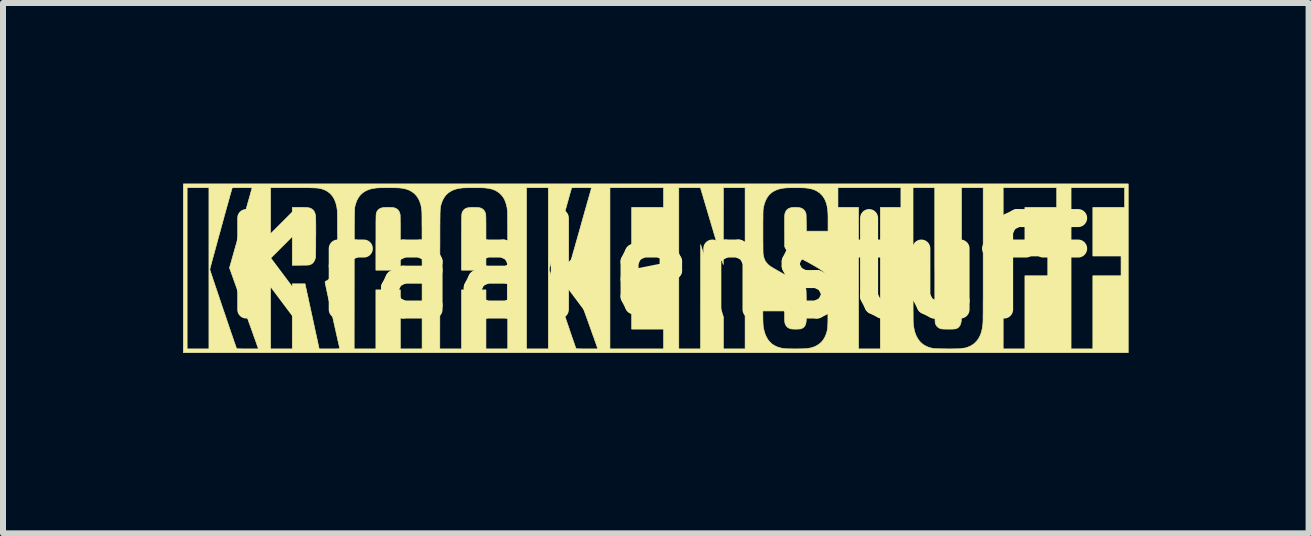
<source format=kicad_pcb>
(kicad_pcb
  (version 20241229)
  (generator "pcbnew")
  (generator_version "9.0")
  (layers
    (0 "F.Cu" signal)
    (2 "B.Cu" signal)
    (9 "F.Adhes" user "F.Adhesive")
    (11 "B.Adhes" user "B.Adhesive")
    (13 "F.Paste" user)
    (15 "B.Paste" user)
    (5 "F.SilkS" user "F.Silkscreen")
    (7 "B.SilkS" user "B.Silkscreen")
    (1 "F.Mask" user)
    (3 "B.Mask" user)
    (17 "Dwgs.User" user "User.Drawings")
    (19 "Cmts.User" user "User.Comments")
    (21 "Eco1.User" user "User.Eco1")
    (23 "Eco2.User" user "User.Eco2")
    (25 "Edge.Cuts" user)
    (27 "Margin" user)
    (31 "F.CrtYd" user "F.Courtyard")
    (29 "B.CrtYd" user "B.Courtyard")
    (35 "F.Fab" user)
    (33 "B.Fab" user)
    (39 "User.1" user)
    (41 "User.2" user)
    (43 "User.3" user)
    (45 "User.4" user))
  (footprint "Kraakenstuff"
    (layer "F.Cu")
    (at 7.875 1.418)
    (property "Reference" "Kraakenstuff" (at 0 0 0) (layer "F.SilkS") (effects (font (size 1.524 1.524) (thickness 0.3))))
    (attr through_hole)
    (fp_poly (pts (xy -4.438 -1.011) (xy -4.412 -1.011) (xy -4.393 -1.01) (xy -4.377 -1.009) (xy -4.365 -1.007) (xy -4.355 -1.005) (xy -4.345 -1.002) (xy -4.343 -1.001) (xy -4.315 -0.988) (xy -4.293 -0.97) (xy -4.276 -0.946) (xy -4.264 -0.917) (xy -4.259 -0.896) (xy -4.258 -0.889) (xy -4.257 -0.877) (xy -4.257 -0.86) (xy -4.256 -0.837) (xy -4.256 -0.809) (xy -4.256 -0.775) (xy -4.255 -0.734) (xy -4.255 -0.687) (xy -4.255 -0.633) (xy -4.255 -0.573) (xy -4.255 -0.506) (xy -4.255 -0.431) (xy -4.255 0.034) (xy -4.662 0.034) (xy -4.662 -0.427) (xy -4.661 -0.497) (xy -4.661 -0.559) (xy -4.661 -0.615) (xy -4.661 -0.665) (xy -4.661 -0.709) (xy -4.661 -0.748) (xy -4.661 -0.781) (xy -4.66 -0.81) (xy -4.66 -0.835) (xy -4.659 -0.856) (xy -4.659 -0.873) (xy -4.658 -0.888) (xy -4.657 -0.899) (xy -4.655 -0.909) (xy -4.654 -0.917) (xy -4.652 -0.924) (xy -4.651 -0.929) (xy -4.648 -0.934) (xy -4.646 -0.939) (xy -4.644 -0.944) (xy -4.629 -0.965) (xy -4.609 -0.984) (xy -4.588 -0.996) (xy -4.571 -1.002) (xy -4.55 -1.007) (xy -4.525 -1.01) (xy -4.494 -1.012) (xy -4.458 -1.012) (xy -4.438 -1.011)) (stroke (width 0.01) (type solid)) (fill yes) (layer "F.SilkS"))
    (fp_poly (pts (xy -3.011 -1.011) (xy -2.986 -1.011) (xy -2.966 -1.01) (xy -2.95 -1.009) (xy -2.938 -1.007) (xy -2.928 -1.005) (xy -2.918 -1.002) (xy -2.916 -1.001) (xy -2.888 -0.988) (xy -2.866 -0.97) (xy -2.849 -0.946) (xy -2.837 -0.917) (xy -2.832 -0.896) (xy -2.831 -0.889) (xy -2.831 -0.877) (xy -2.83 -0.86) (xy -2.829 -0.837) (xy -2.829 -0.809) (xy -2.829 -0.775) (xy -2.828 -0.734) (xy -2.828 -0.687) (xy -2.828 -0.633) (xy -2.828 -0.573) (xy -2.828 -0.506) (xy -2.828 -0.431) (xy -2.828 -0.419) (xy -2.828 0.034) (xy -3.235 0.034) (xy -3.235 -0.427) (xy -3.235 -0.497) (xy -3.235 -0.559) (xy -3.235 -0.615) (xy -3.234 -0.665) (xy -3.234 -0.709) (xy -3.234 -0.748) (xy -3.234 -0.781) (xy -3.233 -0.81) (xy -3.233 -0.835) (xy -3.232 -0.856) (xy -3.232 -0.873) (xy -3.231 -0.888) (xy -3.23 -0.899) (xy -3.228 -0.909) (xy -3.227 -0.917) (xy -3.225 -0.924) (xy -3.224 -0.929) (xy -3.222 -0.934) (xy -3.219 -0.939) (xy -3.217 -0.944) (xy -3.202 -0.965) (xy -3.182 -0.984) (xy -3.162 -0.996) (xy -3.144 -1.002) (xy -3.123 -1.007) (xy -3.098 -1.01) (xy -3.067 -1.012) (xy -3.031 -1.012) (xy -3.011 -1.011)) (stroke (width 0.01) (type solid)) (fill yes) (layer "F.SilkS"))
    (fp_poly (pts (xy -5.934 -1.012) (xy -5.895 -1.012) (xy -5.862 -1.012) (xy -5.836 -1.011) (xy -5.813 -1.01) (xy -5.795 -1.008) (xy -5.781 -1.006) (xy -5.768 -1.003) (xy -5.757 -1) (xy -5.746 -0.995) (xy -5.742 -0.993) (xy -5.721 -0.981) (xy -5.705 -0.965) (xy -5.69 -0.944) (xy -5.684 -0.931) (xy -5.681 -0.923) (xy -5.677 -0.915) (xy -5.675 -0.907) (xy -5.672 -0.898) (xy -5.67 -0.888) (xy -5.668 -0.876) (xy -5.667 -0.862) (xy -5.666 -0.845) (xy -5.665 -0.824) (xy -5.664 -0.8) (xy -5.664 -0.772) (xy -5.663 -0.739) (xy -5.663 -0.701) (xy -5.663 -0.657) (xy -5.663 -0.607) (xy -5.663 -0.55) (xy -5.664 -0.51) (xy -5.664 -0.453) (xy -5.664 -0.403) (xy -5.664 -0.359) (xy -5.665 -0.321) (xy -5.665 -0.289) (xy -5.665 -0.262) (xy -5.666 -0.239) (xy -5.666 -0.22) (xy -5.667 -0.205) (xy -5.667 -0.193) (xy -5.668 -0.183) (xy -5.669 -0.176) (xy -5.67 -0.17) (xy -5.671 -0.165) (xy -5.671 -0.162) (xy -5.684 -0.129) (xy -5.7 -0.101) (xy -5.721 -0.079) (xy -5.746 -0.063) (xy -5.755 -0.059) (xy -5.761 -0.057) (xy -5.767 -0.055) (xy -5.773 -0.054) (xy -5.781 -0.052) (xy -5.791 -0.052) (xy -5.804 -0.051) (xy -5.822 -0.05) (xy -5.844 -0.05) (xy -5.872 -0.05) (xy -5.906 -0.049) (xy -5.916 -0.049) (xy -6.055 -0.048) (xy -6.055 -1.012) (xy -5.934 -1.012)) (stroke (width 0.01) (type solid)) (fill yes) (layer "F.SilkS"))
    (fp_poly (pts (xy 7.874 1.408) (xy -7.87 1.408) (xy -7.87 -1.341) (xy -7.807 -1.341) (xy -7.807 1.345) (xy -7.444 1.345) (xy -7.444 0.021) (xy -7.429 0.021) (xy -7.428 0.025) (xy -7.425 0.036) (xy -7.419 0.054) (xy -7.412 0.077) (xy -7.402 0.105) (xy -7.391 0.138) (xy -7.379 0.176) (xy -7.365 0.218) (xy -7.349 0.264) (xy -7.333 0.312) (xy -7.315 0.364) (xy -7.297 0.418) (xy -7.278 0.474) (xy -7.259 0.532) (xy -7.239 0.591) (xy -7.219 0.65) (xy -7.199 0.71) (xy -7.178 0.769) (xy -7.158 0.829) (xy -7.139 0.887) (xy -7.119 0.943) (xy -7.101 0.998) (xy -7.083 1.051) (xy -7.066 1.1) (xy -7.05 1.147) (xy -7.035 1.19) (xy -7.022 1.23) (xy -7.009 1.265) (xy -6.999 1.295) (xy -6.99 1.32) (xy -6.984 1.339) (xy -6.983 1.34) (xy -6.981 1.341) (xy -6.976 1.342) (xy -6.967 1.343) (xy -6.953 1.343) (xy -6.935 1.344) (xy -6.911 1.344) (xy -6.881 1.345) (xy -6.845 1.345) (xy -6.802 1.345) (xy -6.619 1.345) (xy -6.417 1.345) (xy -6.055 1.345) (xy -6.055 0.261) (xy -5.842 0.261) (xy -5.84 0.27) (xy -5.839 0.274) (xy -5.837 0.286) (xy -5.833 0.304) (xy -5.828 0.328) (xy -5.821 0.357) (xy -5.814 0.392) (xy -5.805 0.432) (xy -5.795 0.476) (xy -5.785 0.524) (xy -5.774 0.576) (xy -5.762 0.63) (xy -5.749 0.688) (xy -5.737 0.747) (xy -5.724 0.803) (xy -5.711 0.865) (xy -5.698 0.924) (xy -5.686 0.981) (xy -5.674 1.036) (xy -5.663 1.087) (xy -5.652 1.135) (xy -5.643 1.178) (xy -5.634 1.217) (xy -5.627 1.252) (xy -5.621 1.281) (xy -5.616 1.304) (xy -5.612 1.322) (xy -5.609 1.332) (xy -5.609 1.336) (xy -5.607 1.345) (xy -5.435 1.345) (xy -5.024 1.345) (xy -4.662 1.345) (xy -4.662 0.362) (xy -4.255 0.362) (xy -4.255 1.345) (xy -3.892 1.345) (xy -3.597 1.345) (xy -3.235 1.345) (xy -3.235 0.362) (xy -2.828 0.362) (xy -2.828 1.345) (xy -2.465 1.345) (xy -2.465 0.221) (xy -2.465 0.094) (xy -2.465 -0.025) (xy -2.465 -0.138) (xy -2.466 -0.243) (xy -2.466 -0.341) (xy -2.466 -0.432) (xy -2.466 -0.515) (xy -2.466 -0.592) (xy -2.466 -0.661) (xy -2.467 -0.722) (xy -2.467 -0.776) (xy -2.467 -0.823) (xy -2.468 -0.863) (xy -2.468 -0.895) (xy -2.468 -0.919) (xy -2.469 -0.937) (xy -2.469 -0.946) (xy -2.469 -0.947) (xy -2.476 -1.006) (xy -2.488 -1.06) (xy -2.503 -1.107) (xy -2.522 -1.15) (xy -2.546 -1.189) (xy -2.572 -1.221) (xy -2.605 -1.253) (xy -2.641 -1.278) (xy -2.681 -1.3) (xy -2.725 -1.316) (xy -2.775 -1.328) (xy -2.83 -1.336) (xy -2.843 -1.337) (xy -2.859 -1.338) (xy -2.881 -1.339) (xy -2.909 -1.34) (xy -2.941 -1.34) (xy -2.975 -1.341) (xy -3.012 -1.341) (xy -3.049 -1.341) (xy -3.085 -1.341) (xy -3.12 -1.34) (xy -3.152 -1.34) (xy -3.18 -1.339) (xy -3.203 -1.338) (xy -3.22 -1.337) (xy -3.22 -1.337) (xy -3.28 -1.329) (xy -3.335 -1.316) (xy -3.384 -1.298) (xy -3.428 -1.274) (xy -3.467 -1.245) (xy -3.501 -1.211) (xy -3.529 -1.171) (xy -3.553 -1.126) (xy -3.571 -1.076) (xy -3.573 -1.07) (xy -3.575 -1.063) (xy -3.577 -1.056) (xy -3.579 -1.05) (xy -3.58 -1.045) (xy -3.582 -1.039) (xy -3.583 -1.033) (xy -3.585 -1.027) (xy -3.586 -1.02) (xy -3.587 -1.012) (xy -3.588 -1.002) (xy -3.589 -0.991) (xy -3.59 -0.979) (xy -3.591 -0.964) (xy -3.591 -0.947) (xy -3.592 -0.928) (xy -3.593 -0.905) (xy -3.593 -0.88) (xy -3.593 -0.852) (xy -3.594 -0.819) (xy -3.594 -0.784) (xy -3.594 -0.744) (xy -3.595 -0.699) (xy -3.595 -0.65) (xy -3.595 -0.597) (xy -3.595 -0.538) (xy -3.595 -0.474) (xy -3.595 -0.404) (xy -3.596 -0.328) (xy -3.596 -0.247) (xy -3.596 -0.159) (xy -3.596 -0.064) (xy -3.596 0.038) (xy -3.596 0.146) (xy -3.596 0.186) (xy -3.597 1.345) (xy -3.892 1.345) (xy -3.892 0.221) (xy -3.892 0.094) (xy -3.892 -0.025) (xy -3.892 -0.138) (xy -3.892 -0.243) (xy -3.893 -0.341) (xy -3.893 -0.432) (xy -3.893 -0.515) (xy -3.893 -0.592) (xy -3.893 -0.661) (xy -3.894 -0.722) (xy -3.894 -0.776) (xy -3.894 -0.823) (xy -3.894 -0.863) (xy -3.895 -0.895) (xy -3.895 -0.919) (xy -3.896 -0.937) (xy -3.896 -0.946) (xy -3.896 -0.947) (xy -3.903 -1.006) (xy -3.914 -1.06) (xy -3.93 -1.107) (xy -3.949 -1.15) (xy -3.973 -1.189) (xy -3.999 -1.221) (xy -4.032 -1.253) (xy -4.068 -1.278) (xy -4.108 -1.3) (xy -4.152 -1.316) (xy -4.202 -1.328) (xy -4.257 -1.336) (xy -4.269 -1.337) (xy -4.286 -1.338) (xy -4.308 -1.339) (xy -4.336 -1.34) (xy -4.367 -1.34) (xy -4.402 -1.341) (xy -4.438 -1.341) (xy -4.475 -1.341) (xy -4.512 -1.341) (xy -4.547 -1.34) (xy -4.579 -1.34) (xy -4.607 -1.339) (xy -4.63 -1.338) (xy -4.647 -1.337) (xy -4.647 -1.337) (xy -4.707 -1.329) (xy -4.762 -1.316) (xy -4.811 -1.298) (xy -4.855 -1.274) (xy -4.894 -1.245) (xy -4.928 -1.211) (xy -4.956 -1.171) (xy -4.98 -1.126) (xy -4.998 -1.076) (xy -5 -1.07) (xy -5.002 -1.063) (xy -5.004 -1.056) (xy -5.005 -1.05) (xy -5.007 -1.045) (xy -5.009 -1.039) (xy -5.01 -1.033) (xy -5.012 -1.027) (xy -5.013 -1.02) (xy -5.014 -1.012) (xy -5.015 -1.002) (xy -5.016 -0.991) (xy -5.017 -0.979) (xy -5.018 -0.964) (xy -5.018 -0.947) (xy -5.019 -0.928) (xy -5.019 -0.905) (xy -5.02 -0.88) (xy -5.02 -0.852) (xy -5.021 -0.819) (xy -5.021 -0.784) (xy -5.021 -0.744) (xy -5.022 -0.699) (xy -5.022 -0.65) (xy -5.022 -0.597) (xy -5.022 -0.538) (xy -5.022 -0.474) (xy -5.022 -0.404) (xy -5.022 -0.328) (xy -5.023 -0.247) (xy -5.023 -0.159) (xy -5.023 -0.064) (xy -5.023 0.038) (xy -5.023 0.146) (xy -5.023 0.186) (xy -5.024 1.345) (xy -5.435 1.345) (xy -5.394 1.345) (xy -5.361 1.345) (xy -5.333 1.345) (xy -5.312 1.344) (xy -5.295 1.344) (xy -5.283 1.344) (xy -5.274 1.343) (xy -5.269 1.342) (xy -5.266 1.341) (xy -5.264 1.34) (xy -5.264 1.338) (xy -5.264 1.338) (xy -5.266 1.334) (xy -5.268 1.323) (xy -5.272 1.305) (xy -5.277 1.281) (xy -5.284 1.252) (xy -5.292 1.217) (xy -5.301 1.177) (xy -5.311 1.133) (xy -5.322 1.085) (xy -5.333 1.033) (xy -5.346 0.978) (xy -5.359 0.92) (xy -5.372 0.86) (xy -5.386 0.798) (xy -5.39 0.781) (xy -5.407 0.705) (xy -5.422 0.637) (xy -5.436 0.576) (xy -5.448 0.52) (xy -5.459 0.471) (xy -5.469 0.427) (xy -5.477 0.389) (xy -5.484 0.355) (xy -5.49 0.327) (xy -5.495 0.302) (xy -5.5 0.282) (xy -5.503 0.266) (xy -5.505 0.252) (xy -5.507 0.242) (xy -5.508 0.235) (xy -5.508 0.23) (xy -5.508 0.227) (xy -5.508 0.226) (xy -5.502 0.222) (xy -5.492 0.216) (xy -5.479 0.209) (xy -5.479 0.209) (xy -5.462 0.198) (xy -5.442 0.181) (xy -5.422 0.162) (xy -5.402 0.142) (xy -5.385 0.121) (xy -5.373 0.103) (xy -5.373 0.103) (xy -5.352 0.062) (xy -5.335 0.02) (xy -5.322 -0.026) (xy -5.312 -0.077) (xy -5.306 -0.133) (xy -5.304 -0.152) (xy -5.304 -0.166) (xy -5.303 -0.187) (xy -5.302 -0.214) (xy -5.302 -0.246) (xy -5.302 -0.282) (xy -5.301 -0.322) (xy -5.301 -0.366) (xy -5.301 -0.412) (xy -5.301 -0.46) (xy -5.3 -0.509) (xy -5.3 -0.559) (xy -5.301 -0.608) (xy -5.301 -0.657) (xy -5.301 -0.704) (xy -5.301 -0.75) (xy -5.301 -0.792) (xy -5.302 -0.831) (xy -5.302 -0.866) (xy -5.303 -0.896) (xy -5.303 -0.92) (xy -5.304 -0.939) (xy -5.304 -0.951) (xy -5.304 -0.951) (xy -5.312 -1.014) (xy -5.325 -1.071) (xy -5.343 -1.123) (xy -5.365 -1.169) (xy -5.392 -1.209) (xy -5.424 -1.244) (xy -5.461 -1.274) (xy -5.503 -1.298) (xy -5.539 -1.313) (xy -5.552 -1.317) (xy -5.564 -1.321) (xy -5.576 -1.324) (xy -5.588 -1.327) (xy -5.601 -1.33) (xy -5.616 -1.332) (xy -5.633 -1.334) (xy -5.652 -1.336) (xy -5.675 -1.337) (xy -5.7 -1.338) (xy -5.729 -1.339) (xy -5.763 -1.34) (xy -5.801 -1.34) (xy -5.845 -1.341) (xy -5.894 -1.341) (xy -5.95 -1.341) (xy -6.012 -1.341) (xy -6.06 -1.341) (xy -6.417 -1.341) (xy -2.152 -1.341) (xy -2.152 1.345) (xy -1.789 1.345) (xy -1.789 0.021) (xy -1.774 0.021) (xy -1.773 0.025) (xy -1.77 0.036) (xy -1.764 0.054) (xy -1.757 0.077) (xy -1.747 0.105) (xy -1.736 0.138) (xy -1.723 0.176) (xy -1.709 0.218) (xy -1.694 0.264) (xy -1.678 0.312) (xy -1.66 0.364) (xy -1.642 0.418) (xy -1.623 0.474) (xy -1.604 0.532) (xy -1.584 0.591) (xy -1.564 0.65) (xy -1.543 0.71) (xy -1.523 0.769) (xy -1.503 0.829) (xy -1.483 0.887) (xy -1.464 0.943) (xy -1.445 0.998) (xy -1.428 1.051) (xy -1.411 1.1) (xy -1.395 1.147) (xy -1.38 1.19) (xy -1.366 1.23) (xy -1.354 1.265) (xy -1.344 1.295) (xy -1.335 1.32) (xy -1.328 1.339) (xy -1.328 1.34) (xy -1.326 1.341) (xy -1.321 1.342) (xy -1.312 1.343) (xy -1.298 1.343) (xy -1.28 1.344) (xy -1.256 1.344) (xy -1.226 1.345) (xy -1.19 1.345) (xy -1.147 1.345) (xy -0.964 1.345) (xy -0.973 1.319) (xy -0.975 1.313) (xy -0.98 1.301) (xy -0.986 1.282) (xy -0.995 1.257) (xy -1.006 1.226) (xy -1.019 1.19) (xy -1.033 1.149) (xy -1.05 1.104) (xy -1.067 1.055) (xy -1.086 1.002) (xy -1.106 0.946) (xy -1.127 0.886) (xy -1.15 0.824) (xy -1.173 0.76) (xy -1.196 0.694) (xy -1.214 0.645) (xy -1.446 -0.005) (xy -1.258 -0.668) (xy -1.239 -0.737) (xy -1.22 -0.804) (xy -1.202 -0.868) (xy -1.185 -0.93) (xy -1.168 -0.988) (xy -1.152 -1.044) (xy -1.138 -1.096) (xy -1.124 -1.143) (xy -1.112 -1.187) (xy -1.101 -1.225) (xy -1.091 -1.259) (xy -1.083 -1.287) (xy -1.077 -1.309) (xy -1.073 -1.324) (xy -1.07 -1.334) (xy -1.069 -1.336) (xy -1.07 -1.337) (xy -1.075 -1.338) (xy -1.083 -1.339) (xy -1.095 -1.34) (xy -1.113 -1.34) (xy -1.135 -1.341) (xy -1.164 -1.341) (xy -1.199 -1.341) (xy -1.234 -1.341) (xy -0.762 -1.341) (xy -0.762 1.345) (xy 0.131 1.345) (xy 0.131 1.016) (xy -0.4 1.016) (xy -0.4 0.127) (xy 0.071 0.127) (xy 0.071 -0.202) (xy -0.4 -0.202) (xy -0.4 -1.012) (xy 0.131 -1.012) (xy 0.131 -1.341) (xy 0.385 -1.341) (xy 0.385 1.345) (xy 0.747 1.345) (xy 0.749 -0.393) (xy 0.939 0.21) (xy 1.128 0.812) (xy 1.128 1.079) (xy 1.128 1.345) (xy 1.49 1.345) (xy 1.49 0.713) (xy 1.785 0.713) (xy 1.786 0.83) (xy 1.787 0.872) (xy 1.788 0.907) (xy 1.79 0.936) (xy 1.791 0.96) (xy 1.793 0.978) (xy 1.794 0.984) (xy 1.807 1.045) (xy 1.824 1.101) (xy 1.846 1.15) (xy 1.872 1.193) (xy 1.903 1.231) (xy 1.939 1.264) (xy 1.979 1.29) (xy 2.025 1.312) (xy 2.076 1.328) (xy 2.128 1.339) (xy 2.142 1.34) (xy 2.162 1.342) (xy 2.188 1.343) (xy 2.219 1.344) (xy 2.252 1.344) (xy 2.288 1.345) (xy 2.325 1.345) (xy 2.362 1.345) (xy 2.398 1.344) (xy 2.432 1.344) (xy 2.463 1.343) (xy 2.49 1.342) (xy 2.512 1.341) (xy 2.526 1.339) (xy 2.584 1.329) (xy 2.636 1.313) (xy 2.682 1.292) (xy 2.724 1.265) (xy 2.76 1.234) (xy 2.791 1.196) (xy 2.817 1.154) (xy 2.838 1.106) (xy 2.852 1.063) (xy 2.855 1.051) (xy 2.857 1.04) (xy 2.86 1.029) (xy 2.862 1.018) (xy 2.864 1.006) (xy 2.865 0.992) (xy 2.866 0.977) (xy 2.867 0.959) (xy 2.868 0.939) (xy 2.869 0.915) (xy 2.87 0.887) (xy 2.87 0.855) (xy 2.87 0.819) (xy 2.87 0.777) (xy 2.871 0.729) (xy 2.871 0.674) (xy 2.871 0.613) (xy 2.871 0.592) (xy 2.871 0.531) (xy 2.871 0.478) (xy 2.87 0.431) (xy 2.87 0.389) (xy 2.87 0.354) (xy 2.87 0.323) (xy 2.87 0.297) (xy 2.869 0.276) (xy 2.869 0.257) (xy 2.869 0.242) (xy 2.868 0.23) (xy 2.867 0.22) (xy 2.866 0.211) (xy 2.866 0.204) (xy 2.864 0.197) (xy 2.864 0.194) (xy 2.858 0.168) (xy 2.853 0.147) (xy 2.845 0.129) (xy 2.836 0.112) (xy 2.832 0.105) (xy 2.823 0.093) (xy 2.814 0.081) (xy 2.804 0.069) (xy 2.791 0.058) (xy 2.777 0.045) (xy 2.76 0.032) (xy 2.74 0.019) (xy 2.717 0.003) (xy 2.689 -0.013) (xy 2.658 -0.032) (xy 2.621 -0.053) (xy 2.58 -0.076) (xy 2.533 -0.102) (xy 2.48 -0.13) (xy 2.445 -0.149) (xy 2.395 -0.176) (xy 2.352 -0.2) (xy 2.314 -0.22) (xy 2.282 -0.239) (xy 2.255 -0.255) (xy 2.232 -0.269) (xy 2.213 -0.281) (xy 2.198 -0.292) (xy 2.185 -0.302) (xy 2.176 -0.312) (xy 2.168 -0.32) (xy 2.163 -0.329) (xy 2.159 -0.337) (xy 2.15 -0.357) (xy 2.149 -0.619) (xy 2.148 -0.671) (xy 2.148 -0.716) (xy 2.148 -0.754) (xy 2.148 -0.787) (xy 2.148 -0.815) (xy 2.149 -0.837) (xy 2.149 -0.856) (xy 2.15 -0.871) (xy 2.15 -0.883) (xy 2.151 -0.892) (xy 2.152 -0.899) (xy 2.153 -0.905) (xy 2.153 -0.906) (xy 2.163 -0.937) (xy 2.178 -0.962) (xy 2.197 -0.981) (xy 2.221 -0.996) (xy 2.251 -1.006) (xy 2.267 -1.009) (xy 2.286 -1.011) (xy 2.308 -1.012) (xy 2.333 -1.012) (xy 2.358 -1.011) (xy 2.382 -1.009) (xy 2.402 -1.006) (xy 2.415 -1.003) (xy 2.444 -0.991) (xy 2.468 -0.972) (xy 2.487 -0.949) (xy 2.501 -0.92) (xy 2.501 -0.918) (xy 2.503 -0.912) (xy 2.505 -0.904) (xy 2.506 -0.895) (xy 2.507 -0.882) (xy 2.507 -0.866) (xy 2.508 -0.845) (xy 2.508 -0.819) (xy 2.509 -0.787) (xy 2.509 -0.757) (xy 2.511 -0.616) (xy 2.872 -0.616) (xy 2.872 -0.759) (xy 2.872 -0.808) (xy 2.872 -0.85) (xy 2.871 -0.887) (xy 2.87 -0.919) (xy 2.868 -0.946) (xy 2.866 -0.971) (xy 2.863 -0.993) (xy 2.86 -1.014) (xy 2.857 -1.029) (xy 2.845 -1.079) (xy 2.828 -1.125) (xy 2.808 -1.165) (xy 2.783 -1.201) (xy 2.765 -1.221) (xy 2.733 -1.253) (xy 2.697 -1.278) (xy 2.657 -1.3) (xy 2.612 -1.316) (xy 2.563 -1.328) (xy 2.508 -1.336) (xy 2.495 -1.337) (xy 2.477 -1.338) (xy 2.454 -1.339) (xy 2.425 -1.34) (xy 2.392 -1.34) (xy 2.358 -1.341) (xy 2.322 -1.341) (xy 2.286 -1.341) (xy 2.252 -1.34) (xy 2.221 -1.34) (xy 2.194 -1.339) (xy 2.172 -1.338) (xy 2.163 -1.337) (xy 2.103 -1.33) (xy 2.049 -1.317) (xy 2 -1.299) (xy 1.956 -1.276) (xy 1.918 -1.248) (xy 1.884 -1.214) (xy 1.856 -1.175) (xy 1.832 -1.13) (xy 1.813 -1.079) (xy 1.798 -1.022) (xy 1.794 -1.001) (xy 1.793 -0.994) (xy 1.792 -0.987) (xy 1.791 -0.979) (xy 1.79 -0.969) (xy 1.79 -0.958) (xy 1.789 -0.945) (xy 1.789 -0.929) (xy 1.788 -0.909) (xy 1.788 -0.886) (xy 1.788 -0.859) (xy 1.788 -0.826) (xy 1.787 -0.789) (xy 1.787 -0.746) (xy 1.787 -0.697) (xy 1.787 -0.641) (xy 1.787 -0.603) (xy 1.787 -0.543) (xy 1.787 -0.489) (xy 1.787 -0.443) (xy 1.788 -0.402) (xy 1.788 -0.366) (xy 1.788 -0.336) (xy 1.788 -0.311) (xy 1.789 -0.289) (xy 1.789 -0.271) (xy 1.789 -0.257) (xy 1.79 -0.245) (xy 1.791 -0.235) (xy 1.792 -0.227) (xy 1.792 -0.221) (xy 1.794 -0.215) (xy 1.794 -0.214) (xy 1.803 -0.177) (xy 1.813 -0.146) (xy 1.826 -0.119) (xy 1.842 -0.095) (xy 1.861 -0.073) (xy 1.867 -0.067) (xy 1.872 -0.061) (xy 1.878 -0.055) (xy 1.885 -0.05) (xy 1.893 -0.043) (xy 1.902 -0.037) (xy 1.913 -0.029) (xy 1.926 -0.021) (xy 1.941 -0.011) (xy 1.96 -0.000079) (xy 1.981 0.013) (xy 2.007 0.027) (xy 2.036 0.044) (xy 2.069 0.063) (xy 2.108 0.085) (xy 2.151 0.109) (xy 2.2 0.136) (xy 2.254 0.167) (xy 2.315 0.201) (xy 2.32 0.204) (xy 2.364 0.229) (xy 2.403 0.252) (xy 2.434 0.273) (xy 2.459 0.291) (xy 2.475 0.304) (xy 2.481 0.309) (xy 2.487 0.314) (xy 2.491 0.319) (xy 2.495 0.325) (xy 2.498 0.331) (xy 2.501 0.34) (xy 2.503 0.35) (xy 2.505 0.363) (xy 2.506 0.38) (xy 2.507 0.4) (xy 2.508 0.425) (xy 2.508 0.455) (xy 2.509 0.49) (xy 2.509 0.531) (xy 2.509 0.578) (xy 2.509 0.616) (xy 2.51 0.673) (xy 2.51 0.723) (xy 2.51 0.766) (xy 2.509 0.802) (xy 2.509 0.833) (xy 2.509 0.857) (xy 2.508 0.876) (xy 2.507 0.89) (xy 2.506 0.9) (xy 2.506 0.9) (xy 2.499 0.933) (xy 2.487 0.959) (xy 2.471 0.981) (xy 2.449 0.997) (xy 2.423 1.009) (xy 2.417 1.011) (xy 2.406 1.013) (xy 2.388 1.014) (xy 2.367 1.015) (xy 2.343 1.016) (xy 2.319 1.016) (xy 2.296 1.015) (xy 2.275 1.014) (xy 2.259 1.012) (xy 2.252 1.011) (xy 2.221 1) (xy 2.196 0.984) (xy 2.176 0.963) (xy 2.161 0.937) (xy 2.152 0.908) (xy 2.151 0.898) (xy 2.15 0.882) (xy 2.149 0.861) (xy 2.148 0.835) (xy 2.148 0.807) (xy 2.148 0.801) (xy 2.148 0.713) (xy 1.785 0.713) (xy 1.49 0.713) (xy 1.49 -1.341) (xy 3.037 -1.341) (xy 3.037 -1.012) (xy 3.38 -1.012) (xy 3.38 1.345) (xy 3.743 1.345) (xy 3.743 -1.012) (xy 4.086 -1.012) (xy 4.086 -1.341) (xy 4.288 -1.341) (xy 4.288 -0.228) (xy 4.288 -0.101) (xy 4.288 0.019) (xy 4.288 0.132) (xy 4.288 0.237) (xy 4.288 0.334) (xy 4.289 0.424) (xy 4.289 0.507) (xy 4.289 0.582) (xy 4.289 0.65) (xy 4.289 0.71) (xy 4.29 0.763) (xy 4.29 0.809) (xy 4.29 0.846) (xy 4.291 0.877) (xy 4.291 0.9) (xy 4.292 0.915) (xy 4.292 0.923) (xy 4.299 0.977) (xy 4.308 1.026) (xy 4.319 1.069) (xy 4.334 1.11) (xy 4.34 1.125) (xy 4.365 1.172) (xy 4.394 1.213) (xy 4.428 1.249) (xy 4.467 1.279) (xy 4.512 1.304) (xy 4.561 1.323) (xy 4.614 1.336) (xy 4.63 1.339) (xy 4.641 1.34) (xy 4.66 1.341) (xy 4.683 1.342) (xy 4.712 1.343) (xy 4.744 1.343) (xy 4.779 1.344) (xy 4.817 1.344) (xy 4.855 1.345) (xy 4.894 1.345) (xy 4.932 1.345) (xy 4.968 1.344) (xy 5.002 1.344) (xy 5.032 1.343) (xy 5.058 1.343) (xy 5.079 1.342) (xy 5.094 1.341) (xy 5.097 1.341) (xy 5.153 1.331) (xy 5.205 1.315) (xy 5.252 1.294) (xy 5.294 1.267) (xy 5.331 1.235) (xy 5.332 1.233) (xy 5.362 1.199) (xy 5.387 1.161) (xy 5.408 1.119) (xy 5.425 1.073) (xy 5.438 1.022) (xy 5.448 0.965) (xy 5.453 0.91) (xy 5.454 0.901) (xy 5.454 0.884) (xy 5.455 0.86) (xy 5.455 0.829) (xy 5.455 0.79) (xy 5.456 0.745) (xy 5.456 0.692) (xy 5.456 0.632) (xy 5.456 0.565) (xy 5.457 0.492) (xy 5.457 0.411) (xy 5.457 0.324) (xy 5.457 0.229) (xy 5.457 0.129) (xy 5.457 0.021) (xy 5.457 -0.093) (xy 5.457 -0.214) (xy 5.457 -0.24) (xy 5.457 -1.341) (xy 5.79 -1.341) (xy 5.79 1.345) (xy 6.152 1.345) (xy 6.152 0.127) (xy 6.623 0.127) (xy 6.623 -0.202) (xy 6.152 -0.202) (xy 6.152 -1.012) (xy 6.682 -1.012) (xy 6.682 -1.341) (xy 6.921 -1.341) (xy 6.921 1.345) (xy 7.284 1.345) (xy 7.284 0.127) (xy 7.754 0.127) (xy 7.754 -0.202) (xy 7.284 -0.202) (xy 7.284 -1.012) (xy 7.814 -1.012) (xy 7.814 -1.341) (xy 6.921 -1.341) (xy 6.682 -1.341) (xy 5.79 -1.341) (xy 5.457 -1.341) (xy 5.095 -1.341) (xy 5.095 -0.24) (xy 5.095 -0.124) (xy 5.095 -0.014) (xy 5.095 0.09) (xy 5.095 0.188) (xy 5.095 0.28) (xy 5.094 0.367) (xy 5.094 0.447) (xy 5.094 0.52) (xy 5.094 0.588) (xy 5.094 0.649) (xy 5.093 0.703) (xy 5.093 0.75) (xy 5.093 0.791) (xy 5.092 0.825) (xy 5.092 0.851) (xy 5.092 0.871) (xy 5.091 0.883) (xy 5.091 0.887) (xy 5.083 0.923) (xy 5.071 0.953) (xy 5.054 0.977) (xy 5.032 0.996) (xy 5.005 1.008) (xy 4.997 1.011) (xy 4.986 1.012) (xy 4.969 1.014) (xy 4.948 1.015) (xy 4.922 1.016) (xy 4.895 1.016) (xy 4.867 1.016) (xy 4.839 1.016) (xy 4.813 1.015) (xy 4.791 1.014) (xy 4.772 1.013) (xy 4.759 1.011) (xy 4.757 1.011) (xy 4.726 1) (xy 4.701 0.983) (xy 4.681 0.963) (xy 4.67 0.944) (xy 4.668 0.94) (xy 4.666 0.937) (xy 4.665 0.933) (xy 4.663 0.93) (xy 4.662 0.926) (xy 4.66 0.922) (xy 4.659 0.917) (xy 4.658 0.911) (xy 4.657 0.903) (xy 4.656 0.894) (xy 4.655 0.883) (xy 4.655 0.87) (xy 4.654 0.854) (xy 4.653 0.836) (xy 4.653 0.815) (xy 4.653 0.79) (xy 4.652 0.763) (xy 4.652 0.731) (xy 4.651 0.696) (xy 4.651 0.657) (xy 4.651 0.613) (xy 4.651 0.564) (xy 4.651 0.511) (xy 4.651 0.452) (xy 4.651 0.388) (xy 4.651 0.318) (xy 4.651 0.242) (xy 4.651 0.16) (xy 4.651 0.072) (xy 4.65 -0.023) (xy 4.65 -0.125) (xy 4.65 -0.231) (xy 4.65 -1.341) (xy 4.288 -1.341) (xy 4.086 -1.341) (xy 3.037 -1.341) (xy 1.49 -1.341) (xy 1.128 -1.341) (xy 1.127 -0.7) (xy 1.126 -0.059) (xy 0.936 -0.7) (xy 0.746 -1.341) (xy 0.385 -1.341) (xy 0.131 -1.341) (xy -0.762 -1.341) (xy -1.234 -1.341) (xy -1.274 -1.341) (xy -1.306 -1.341) (xy -1.333 -1.341) (xy -1.354 -1.341) (xy -1.371 -1.34) (xy -1.383 -1.34) (xy -1.391 -1.339) (xy -1.397 -1.338) (xy -1.4 -1.337) (xy -1.402 -1.336) (xy -1.402 -1.334) (xy -1.405 -1.323) (xy -1.41 -1.306) (xy -1.417 -1.282) (xy -1.425 -1.254) (xy -1.435 -1.22) (xy -1.445 -1.181) (xy -1.457 -1.138) (xy -1.47 -1.092) (xy -1.484 -1.042) (xy -1.498 -0.99) (xy -1.514 -0.935) (xy -1.529 -0.878) (xy -1.545 -0.819) (xy -1.562 -0.759) (xy -1.579 -0.699) (xy -1.595 -0.638) (xy -1.612 -0.577) (xy -1.628 -0.517) (xy -1.644 -0.458) (xy -1.66 -0.401) (xy -1.675 -0.345) (xy -1.69 -0.291) (xy -1.704 -0.241) (xy -1.717 -0.193) (xy -1.729 -0.149) (xy -1.74 -0.11) (xy -1.749 -0.074) (xy -1.757 -0.044) (xy -1.764 -0.019) (xy -1.769 0.001) (xy -1.773 0.014) (xy -1.774 0.021) (xy -1.774 0.021) (xy -1.789 0.021) (xy -1.789 -1.341) (xy -2.152 -1.341) (xy -6.417 -1.341) (xy -6.417 1.345) (xy -6.619 1.345) (xy -6.628 1.319) (xy -6.63 1.313) (xy -6.635 1.301) (xy -6.642 1.282) (xy -6.65 1.257) (xy -6.661 1.226) (xy -6.674 1.19) (xy -6.689 1.149) (xy -6.705 1.104) (xy -6.722 1.055) (xy -6.741 1.002) (xy -6.761 0.946) (xy -6.783 0.886) (xy -6.805 0.824) (xy -6.828 0.76) (xy -6.852 0.694) (xy -6.869 0.645) (xy -7.101 -0.005) (xy -6.914 -0.668) (xy -6.894 -0.737) (xy -6.875 -0.804) (xy -6.857 -0.868) (xy -6.84 -0.93) (xy -6.823 -0.988) (xy -6.807 -1.044) (xy -6.793 -1.096) (xy -6.779 -1.143) (xy -6.767 -1.187) (xy -6.756 -1.225) (xy -6.747 -1.259) (xy -6.739 -1.287) (xy -6.732 -1.309) (xy -6.728 -1.324) (xy -6.725 -1.334) (xy -6.724 -1.336) (xy -6.725 -1.337) (xy -6.73 -1.338) (xy -6.738 -1.339) (xy -6.75 -1.34) (xy -6.768 -1.34) (xy -6.791 -1.341) (xy -6.819 -1.341) (xy -6.855 -1.341) (xy -6.889 -1.341) (xy -6.929 -1.341) (xy -6.962 -1.341) (xy -6.988 -1.341) (xy -7.009 -1.341) (xy -7.026 -1.34) (xy -7.038 -1.34) (xy -7.046 -1.339) (xy -7.052 -1.338) (xy -7.055 -1.337) (xy -7.057 -1.336) (xy -7.057 -1.334) (xy -7.061 -1.323) (xy -7.066 -1.306) (xy -7.072 -1.282) (xy -7.08 -1.254) (xy -7.09 -1.22) (xy -7.101 -1.181) (xy -7.112 -1.138) (xy -7.125 -1.092) (xy -7.139 -1.042) (xy -7.154 -0.99) (xy -7.169 -0.935) (xy -7.185 -0.878) (xy -7.201 -0.819) (xy -7.217 -0.759) (xy -7.234 -0.699) (xy -7.25 -0.638) (xy -7.267 -0.577) (xy -7.284 -0.517) (xy -7.3 -0.458) (xy -7.315 -0.401) (xy -7.331 -0.345) (xy -7.345 -0.291) (xy -7.359 -0.241) (xy -7.372 -0.193) (xy -7.384 -0.149) (xy -7.395 -0.11) (xy -7.404 -0.074) (xy -7.413 -0.044) (xy -7.419 -0.019) (xy -7.424 0.001) (xy -7.428 0.014) (xy -7.429 0.021) (xy -7.429 0.021) (xy -7.444 0.021) (xy -7.444 -1.341) (xy -7.807 -1.341) (xy -7.87 -1.341) (xy -7.87 -1.404) (xy 7.874 -1.404) (xy 7.874 1.408)) (stroke (width 0.01) (type solid)) (fill yes) (layer "F.SilkS")))
  (gr_rect
    (start -3 -3)
    (end 18.754 5.836)
    (stroke (width 0.1) (type default))
    (fill no)
    (layer "Edge.Cuts")))
</source>
